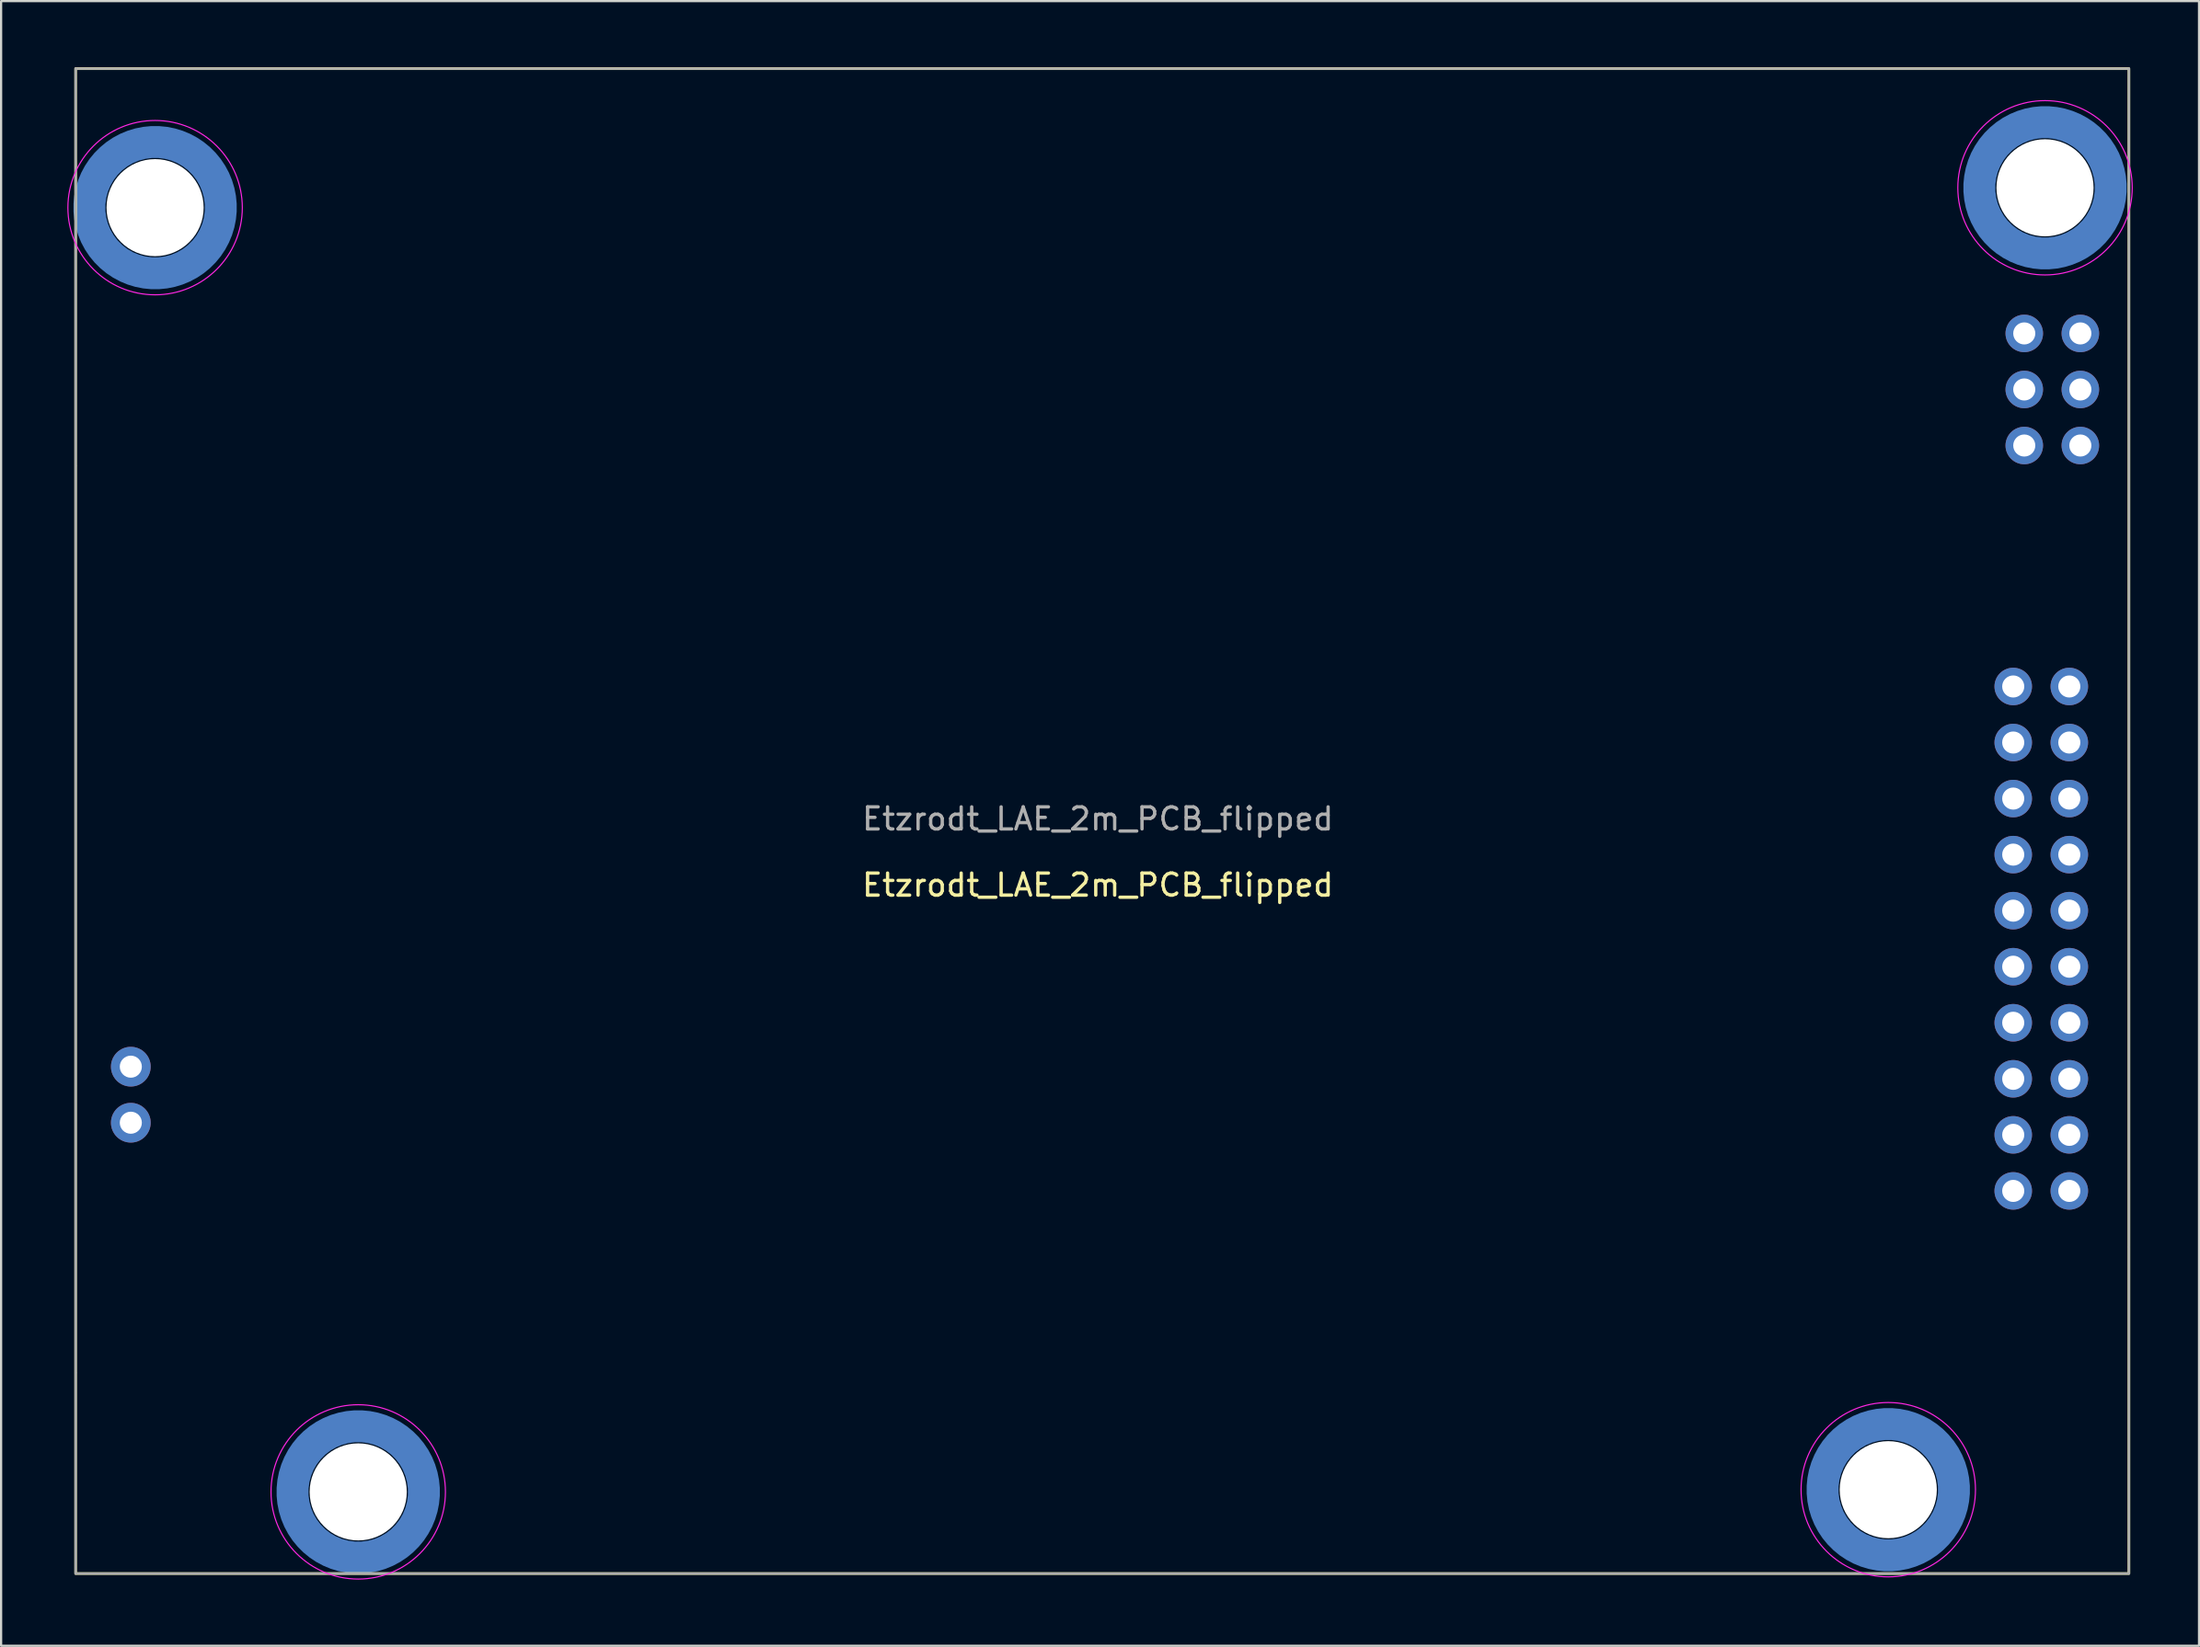
<source format=kicad_pcb>
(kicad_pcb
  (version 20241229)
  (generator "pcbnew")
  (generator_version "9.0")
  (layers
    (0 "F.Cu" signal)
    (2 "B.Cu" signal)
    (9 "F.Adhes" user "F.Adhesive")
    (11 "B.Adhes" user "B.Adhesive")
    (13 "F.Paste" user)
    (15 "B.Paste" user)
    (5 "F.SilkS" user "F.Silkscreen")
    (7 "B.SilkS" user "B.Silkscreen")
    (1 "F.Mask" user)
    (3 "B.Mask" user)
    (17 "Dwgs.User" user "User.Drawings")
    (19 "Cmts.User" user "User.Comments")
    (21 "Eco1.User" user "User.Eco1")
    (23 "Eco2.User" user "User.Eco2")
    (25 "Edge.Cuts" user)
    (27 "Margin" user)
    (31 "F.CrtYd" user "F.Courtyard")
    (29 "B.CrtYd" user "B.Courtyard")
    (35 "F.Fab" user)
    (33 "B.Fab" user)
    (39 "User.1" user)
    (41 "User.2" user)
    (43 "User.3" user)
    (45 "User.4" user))
  (footprint "Etzrodt_LAE_2m_PCB_flipped"
    (layer "F.Cu")
    (at 46.875 34.06)
    (property "Reference" "Etzrodt_LAE_2m_PCB_flipped" (at -0.2 3 0) (unlocked yes) (layer "F.SilkS") (effects (font (size 1 1) (thickness 0.15))))
    (attr through_hole)
    (fp_rect (start -46.5 -34) (end 46.5 34.2) (stroke (width 0.12) (type default)) (fill no) (layer "F.SilkS"))
    (fp_circle (center -42.9 -27.7) (end -38.95 -27.7) (stroke (width 0.05) (type solid)) (fill no) (layer "F.CrtYd"))
    (fp_circle (center -33.7 30.5) (end -29.75 30.5) (stroke (width 0.05) (type solid)) (fill no) (layer "F.CrtYd"))
    (fp_circle (center 35.6 30.4) (end 39.55 30.4) (stroke (width 0.05) (type solid)) (fill no) (layer "F.CrtYd"))
    (fp_circle (center 42.7 -28.6) (end 46.65 -28.6) (stroke (width 0.05) (type solid)) (fill no) (layer "F.CrtYd"))
    (fp_line (start -46.5 -34) (end -46.5 -16) (stroke (width 0.1) (type default)) (layer "F.Fab"))
    (fp_line (start -46.5 -34) (end 46.5 -34) (stroke (width 0.1) (type default)) (layer "F.Fab"))
    (fp_line (start -46.5 25.1) (end -46.5 -16) (stroke (width 0.1) (type default)) (layer "F.Fab"))
    (fp_line (start -46.5 25.1) (end -46.5 34.2) (stroke (width 0.1) (type default)) (layer "F.Fab"))
    (fp_line (start -46.5 34.2) (end 46.5 34.2) (stroke (width 0.1) (type default)) (layer "F.Fab"))
    (fp_line (start 46.5 19.4) (end 46.5 -34) (stroke (width 0.1) (type default)) (layer "F.Fab"))
    (fp_line (start 46.5 34.2) (end 46.5 19.4) (stroke (width 0.1) (type default)) (layer "F.Fab"))
    (fp_text user "${REFERENCE}" (at -0.2 0 0) (unlocked yes) (layer "F.Fab") (effects (font (size 1 1) (thickness 0.15))))
    (pad "" smd custom (at -44.995 -29.795 90) (size 0.945 0.945) (layers "B.Paste") (options (anchor circle)) (primitives (gr_arc (start -1.592827 -0.241886) (mid -0.404104 0.405534) (end 0.24231 1.594804) (width 0.2)) (gr_arc (start -1.591031 -0.339022) (mid -0.335987 0.338711) (end 0.3398 1.594804) (width 0.2)) (gr_arc (start -1.592231 -0.436623) (mid -0.268952 0.270807) (end 0.437132 1.594804) (width 0.2)) (gr_arc (start -1.591846 -0.53376) (mid -0.201345 0.203474) (end 0.534324 1.594804) (width 0.2)) (gr_arc (start -1.594126 -0.631267) (mid -0.134696 0.135183) (end 0.631391 1.594804) (width 0.2)) (gr_arc (start -1.594149 -0.728229) (mid -0.067234 0.067705) (end 0.728345 1.594804) (width 0.2)) (gr_arc (start -1.591408 -0.824614) (mid 0.001218 0.001219) (end 0.825197 1.594804) (width 0.2)) (gr_arc (start -1.590665 -0.921269) (mid 0.068952 -0.065985) (end 0.921958 1.594804) (width 0.2)) (gr_arc (start -1.59192 -1.018172) (mid 0.135972 -0.133906) (end 1.018637 1.594804) (width 0.2)) (gr_arc (start -1.589574 -1.11442) (mid 0.20428 -0.200537) (end 1.115239 1.594804) (width 0.2)) (gr_arc (start -1.594662 -1.211752) (mid 0.26993 -0.269828) (end 1.211773 1.594804) (width 0.2)) (gr_arc (start -1.589875 -1.307516) (mid 0.33911 -0.335587) (end 1.308244 1.594804) (width 0.2)) (gr_arc (start -1.592524 -1.404331) (mid 0.405633 -0.404004) (end 1.404657 1.594804) (width 0.2)) (gr_arc (start -1.592524 -1.404331) (mid 0.405633 -0.404004) (end 1.404657 1.594804) (width 0.2)) (gr_line (start -1.595 -1.405) (end -1.595 -0.242) (width 0.2)) (gr_line (start 1.405 1.595) (end 0.242 1.595) (width 0.2))))
    (pad "" smd custom (at -44.995 -25.605 270) (size 0.945 0.945) (layers "B.Paste") (options (anchor circle)) (primitives (gr_arc (start 0.241886 -1.592827) (mid -0.405534 -0.404104) (end -1.594804 0.24231) (width 0.2)) (gr_arc (start 0.339022 -1.591031) (mid -0.338711 -0.335987) (end -1.594804 0.3398) (width 0.2)) (gr_arc (start 0.436623 -1.592231) (mid -0.270807 -0.268952) (end -1.594804 0.437132) (width 0.2)) (gr_arc (start 0.53376 -1.591846) (mid -0.203474 -0.201345) (end -1.594804 0.534324) (width 0.2)) (gr_arc (start 0.631267 -1.594126) (mid -0.135183 -0.134696) (end -1.594804 0.631391) (width 0.2)) (gr_arc (start 0.728229 -1.594149) (mid -0.067705 -0.067234) (end -1.594804 0.728345) (width 0.2)) (gr_arc (start 0.824614 -1.591408) (mid -0.001219 0.001218) (end -1.594804 0.825197) (width 0.2)) (gr_arc (start 0.921269 -1.590665) (mid 0.065985 0.068952) (end -1.594804 0.921958) (width 0.2)) (gr_arc (start 1.018172 -1.59192) (mid 0.133906 0.135972) (end -1.594804 1.018637) (width 0.2)) (gr_arc (start 1.11442 -1.589574) (mid 0.200537 0.20428) (end -1.594804 1.115239) (width 0.2)) (gr_arc (start 1.211752 -1.594662) (mid 0.269828 0.26993) (end -1.594804 1.211773) (width 0.2)) (gr_arc (start 1.307516 -1.589875) (mid 0.335587 0.33911) (end -1.594804 1.308244) (width 0.2)) (gr_arc (start 1.404331 -1.592524) (mid 0.404004 0.405633) (end -1.594804 1.404657) (width 0.2)) (gr_arc (start 1.404331 -1.592524) (mid 0.404004 0.405633) (end -1.594804 1.404657) (width 0.2)) (gr_line (start 1.405 -1.595) (end 0.242 -1.595) (width 0.2)) (gr_line (start -1.595 1.405) (end -1.595 0.242) (width 0.2))))
    (pad "" np_thru_hole circle (at -42.9 -27.7) (size 4.4 4.4) (drill 4.4) (layers "*.Cu" "*.Mask"))
    (pad "" smd custom (at -40.805 -29.795 270) (size 0.945 0.945) (layers "B.Paste") (options (anchor circle)) (primitives (gr_arc (start -0.241886 1.592827) (mid 0.405534 0.404104) (end 1.594804 -0.24231) (width 0.2)) (gr_arc (start -0.339022 1.591031) (mid 0.338711 0.335987) (end 1.594804 -0.3398) (width 0.2)) (gr_arc (start -0.436623 1.592231) (mid 0.270807 0.268952) (end 1.594804 -0.437132) (width 0.2)) (gr_arc (start -0.53376 1.591846) (mid 0.203474 0.201345) (end 1.594804 -0.534324) (width 0.2)) (gr_arc (start -0.631267 1.594126) (mid 0.135183 0.134696) (end 1.594804 -0.631391) (width 0.2)) (gr_arc (start -0.728229 1.594149) (mid 0.067705 0.067234) (end 1.594804 -0.728345) (width 0.2)) (gr_arc (start -0.824614 1.591408) (mid 0.001219 -0.001218) (end 1.594804 -0.825197) (width 0.2)) (gr_arc (start -0.921269 1.590665) (mid -0.065985 -0.068952) (end 1.594804 -0.921958) (width 0.2)) (gr_arc (start -1.018172 1.59192) (mid -0.133906 -0.135972) (end 1.594804 -1.018637) (width 0.2)) (gr_arc (start -1.11442 1.589574) (mid -0.200537 -0.20428) (end 1.594804 -1.115239) (width 0.2)) (gr_arc (start -1.211752 1.594662) (mid -0.269828 -0.26993) (end 1.594804 -1.211773) (width 0.2)) (gr_arc (start -1.307516 1.589875) (mid -0.335587 -0.33911) (end 1.594804 -1.308244) (width 0.2)) (gr_arc (start -1.404331 1.592524) (mid -0.404004 -0.405633) (end 1.594804 -1.404657) (width 0.2)) (gr_arc (start -1.404331 1.592524) (mid -0.404004 -0.405633) (end 1.594804 -1.404657) (width 0.2)) (gr_line (start -1.405 1.595) (end -0.242 1.595) (width 0.2)) (gr_line (start 1.595 -1.405) (end 1.595 -0.242) (width 0.2))))
    (pad "" smd custom (at -40.805 -25.605 90) (size 0.945 0.945) (layers "B.Paste") (options (anchor circle)) (primitives (gr_arc (start 1.592827 0.241886) (mid 0.404104 -0.405534) (end -0.24231 -1.594804) (width 0.2)) (gr_arc (start 1.591031 0.339022) (mid 0.335987 -0.338711) (end -0.3398 -1.594804) (width 0.2)) (gr_arc (start 1.592231 0.436623) (mid 0.268952 -0.270807) (end -0.437132 -1.594804) (width 0.2)) (gr_arc (start 1.591846 0.53376) (mid 0.201345 -0.203474) (end -0.534324 -1.594804) (width 0.2)) (gr_arc (start 1.594126 0.631267) (mid 0.134696 -0.135183) (end -0.631391 -1.594804) (width 0.2)) (gr_arc (start 1.594149 0.728229) (mid 0.067234 -0.067705) (end -0.728345 -1.594804) (width 0.2)) (gr_arc (start 1.591408 0.824614) (mid -0.001218 -0.001219) (end -0.825197 -1.594804) (width 0.2)) (gr_arc (start 1.590665 0.921269) (mid -0.068952 0.065985) (end -0.921958 -1.594804) (width 0.2)) (gr_arc (start 1.59192 1.018172) (mid -0.135972 0.133906) (end -1.018637 -1.594804) (width 0.2)) (gr_arc (start 1.589574 1.11442) (mid -0.20428 0.200537) (end -1.115239 -1.594804) (width 0.2)) (gr_arc (start 1.594662 1.211752) (mid -0.26993 0.269828) (end -1.211773 -1.594804) (width 0.2)) (gr_arc (start 1.589875 1.307516) (mid -0.33911 0.335587) (end -1.308244 -1.594804) (width 0.2)) (gr_arc (start 1.592524 1.404331) (mid -0.405633 0.404004) (end -1.404657 -1.594804) (width 0.2)) (gr_arc (start 1.592524 1.404331) (mid -0.405633 0.404004) (end -1.404657 -1.594804) (width 0.2)) (gr_line (start 1.595 1.405) (end 1.595 0.242) (width 0.2)) (gr_line (start -1.405 -1.595) (end -0.242 -1.595) (width 0.2))))
    (pad "" smd custom (at -35.795 28.405 90) (size 0.945 0.945) (layers "B.Paste") (options (anchor circle)) (primitives (gr_arc (start -1.592827 -0.241886) (mid -0.404104 0.405534) (end 0.24231 1.594804) (width 0.2)) (gr_arc (start -1.591031 -0.339022) (mid -0.335987 0.338711) (end 0.3398 1.594804) (width 0.2)) (gr_arc (start -1.592231 -0.436623) (mid -0.268952 0.270807) (end 0.437132 1.594804) (width 0.2)) (gr_arc (start -1.591846 -0.53376) (mid -0.201345 0.203474) (end 0.534324 1.594804) (width 0.2)) (gr_arc (start -1.594126 -0.631267) (mid -0.134696 0.135183) (end 0.631391 1.594804) (width 0.2)) (gr_arc (start -1.594149 -0.728229) (mid -0.067234 0.067705) (end 0.728345 1.594804) (width 0.2)) (gr_arc (start -1.591408 -0.824614) (mid 0.001218 0.001219) (end 0.825197 1.594804) (width 0.2)) (gr_arc (start -1.590665 -0.921269) (mid 0.068952 -0.065985) (end 0.921958 1.594804) (width 0.2)) (gr_arc (start -1.59192 -1.018172) (mid 0.135972 -0.133906) (end 1.018637 1.594804) (width 0.2)) (gr_arc (start -1.589574 -1.11442) (mid 0.20428 -0.200537) (end 1.115239 1.594804) (width 0.2)) (gr_arc (start -1.594662 -1.211752) (mid 0.26993 -0.269828) (end 1.211773 1.594804) (width 0.2)) (gr_arc (start -1.589875 -1.307516) (mid 0.33911 -0.335587) (end 1.308244 1.594804) (width 0.2)) (gr_arc (start -1.592524 -1.404331) (mid 0.405633 -0.404004) (end 1.404657 1.594804) (width 0.2)) (gr_arc (start -1.592524 -1.404331) (mid 0.405633 -0.404004) (end 1.404657 1.594804) (width 0.2)) (gr_line (start -1.595 -1.405) (end -1.595 -0.242) (width 0.2)) (gr_line (start 1.405 1.595) (end 0.242 1.595) (width 0.2))))
    (pad "" smd custom (at -35.795 32.595 270) (size 0.945 0.945) (layers "B.Paste") (options (anchor circle)) (primitives (gr_arc (start 0.241886 -1.592827) (mid -0.405534 -0.404104) (end -1.594804 0.24231) (width 0.2)) (gr_arc (start 0.339022 -1.591031) (mid -0.338711 -0.335987) (end -1.594804 0.3398) (width 0.2)) (gr_arc (start 0.436623 -1.592231) (mid -0.270807 -0.268952) (end -1.594804 0.437132) (width 0.2)) (gr_arc (start 0.53376 -1.591846) (mid -0.203474 -0.201345) (end -1.594804 0.534324) (width 0.2)) (gr_arc (start 0.631267 -1.594126) (mid -0.135183 -0.134696) (end -1.594804 0.631391) (width 0.2)) (gr_arc (start 0.728229 -1.594149) (mid -0.067705 -0.067234) (end -1.594804 0.728345) (width 0.2)) (gr_arc (start 0.824614 -1.591408) (mid -0.001219 0.001218) (end -1.594804 0.825197) (width 0.2)) (gr_arc (start 0.921269 -1.590665) (mid 0.065985 0.068952) (end -1.594804 0.921958) (width 0.2)) (gr_arc (start 1.018172 -1.59192) (mid 0.133906 0.135972) (end -1.594804 1.018637) (width 0.2)) (gr_arc (start 1.11442 -1.589574) (mid 0.200537 0.20428) (end -1.594804 1.115239) (width 0.2)) (gr_arc (start 1.211752 -1.594662) (mid 0.269828 0.26993) (end -1.594804 1.211773) (width 0.2)) (gr_arc (start 1.307516 -1.589875) (mid 0.335587 0.33911) (end -1.594804 1.308244) (width 0.2)) (gr_arc (start 1.404331 -1.592524) (mid 0.404004 0.405633) (end -1.594804 1.404657) (width 0.2)) (gr_arc (start 1.404331 -1.592524) (mid 0.404004 0.405633) (end -1.594804 1.404657) (width 0.2)) (gr_line (start 1.405 -1.595) (end 0.242 -1.595) (width 0.2)) (gr_line (start -1.595 1.405) (end -1.595 0.242) (width 0.2))))
    (pad "" np_thru_hole circle (at -33.7 30.5) (size 4.4 4.4) (drill 4.4) (layers "*.Cu" "*.Mask"))
    (pad "" smd custom (at -31.605 28.405 270) (size 0.945 0.945) (layers "B.Paste") (options (anchor circle)) (primitives (gr_arc (start -0.241886 1.592827) (mid 0.405534 0.404104) (end 1.594804 -0.24231) (width 0.2)) (gr_arc (start -0.339022 1.591031) (mid 0.338711 0.335987) (end 1.594804 -0.3398) (width 0.2)) (gr_arc (start -0.436623 1.592231) (mid 0.270807 0.268952) (end 1.594804 -0.437132) (width 0.2)) (gr_arc (start -0.53376 1.591846) (mid 0.203474 0.201345) (end 1.594804 -0.534324) (width 0.2)) (gr_arc (start -0.631267 1.594126) (mid 0.135183 0.134696) (end 1.594804 -0.631391) (width 0.2)) (gr_arc (start -0.728229 1.594149) (mid 0.067705 0.067234) (end 1.594804 -0.728345) (width 0.2)) (gr_arc (start -0.824614 1.591408) (mid 0.001219 -0.001218) (end 1.594804 -0.825197) (width 0.2)) (gr_arc (start -0.921269 1.590665) (mid -0.065985 -0.068952) (end 1.594804 -0.921958) (width 0.2)) (gr_arc (start -1.018172 1.59192) (mid -0.133906 -0.135972) (end 1.594804 -1.018637) (width 0.2)) (gr_arc (start -1.11442 1.589574) (mid -0.200537 -0.20428) (end 1.594804 -1.115239) (width 0.2)) (gr_arc (start -1.211752 1.594662) (mid -0.269828 -0.26993) (end 1.594804 -1.211773) (width 0.2)) (gr_arc (start -1.307516 1.589875) (mid -0.335587 -0.33911) (end 1.594804 -1.308244) (width 0.2)) (gr_arc (start -1.404331 1.592524) (mid -0.404004 -0.405633) (end 1.594804 -1.404657) (width 0.2)) (gr_arc (start -1.404331 1.592524) (mid -0.404004 -0.405633) (end 1.594804 -1.404657) (width 0.2)) (gr_line (start -1.405 1.595) (end -0.242 1.595) (width 0.2)) (gr_line (start 1.595 -1.405) (end 1.595 -0.242) (width 0.2))))
    (pad "" smd custom (at -31.605 32.595 90) (size 0.945 0.945) (layers "B.Paste") (options (anchor circle)) (primitives (gr_arc (start 1.592827 0.241886) (mid 0.404104 -0.405534) (end -0.24231 -1.594804) (width 0.2)) (gr_arc (start 1.591031 0.339022) (mid 0.335987 -0.338711) (end -0.3398 -1.594804) (width 0.2)) (gr_arc (start 1.592231 0.436623) (mid 0.268952 -0.270807) (end -0.437132 -1.594804) (width 0.2)) (gr_arc (start 1.591846 0.53376) (mid 0.201345 -0.203474) (end -0.534324 -1.594804) (width 0.2)) (gr_arc (start 1.594126 0.631267) (mid 0.134696 -0.135183) (end -0.631391 -1.594804) (width 0.2)) (gr_arc (start 1.594149 0.728229) (mid 0.067234 -0.067705) (end -0.728345 -1.594804) (width 0.2)) (gr_arc (start 1.591408 0.824614) (mid -0.001218 -0.001219) (end -0.825197 -1.594804) (width 0.2)) (gr_arc (start 1.590665 0.921269) (mid -0.068952 0.065985) (end -0.921958 -1.594804) (width 0.2)) (gr_arc (start 1.59192 1.018172) (mid -0.135972 0.133906) (end -1.018637 -1.594804) (width 0.2)) (gr_arc (start 1.589574 1.11442) (mid -0.20428 0.200537) (end -1.115239 -1.594804) (width 0.2)) (gr_arc (start 1.594662 1.211752) (mid -0.26993 0.269828) (end -1.211773 -1.594804) (width 0.2)) (gr_arc (start 1.589875 1.307516) (mid -0.33911 0.335587) (end -1.308244 -1.594804) (width 0.2)) (gr_arc (start 1.592524 1.404331) (mid -0.405633 0.404004) (end -1.404657 -1.594804) (width 0.2)) (gr_arc (start 1.592524 1.404331) (mid -0.405633 0.404004) (end -1.404657 -1.594804) (width 0.2)) (gr_line (start 1.595 1.405) (end 1.595 0.242) (width 0.2)) (gr_line (start -1.405 -1.595) (end -0.242 -1.595) (width 0.2))))
    (pad "" smd custom (at 33.505 28.305 90) (size 0.945 0.945) (layers "B.Paste") (options (anchor circle)) (primitives (gr_arc (start -1.592827 -0.241886) (mid -0.404104 0.405534) (end 0.24231 1.594804) (width 0.2)) (gr_arc (start -1.591031 -0.339022) (mid -0.335987 0.338711) (end 0.3398 1.594804) (width 0.2)) (gr_arc (start -1.592231 -0.436623) (mid -0.268952 0.270807) (end 0.437132 1.594804) (width 0.2)) (gr_arc (start -1.591846 -0.53376) (mid -0.201345 0.203474) (end 0.534324 1.594804) (width 0.2)) (gr_arc (start -1.594126 -0.631267) (mid -0.134696 0.135183) (end 0.631391 1.594804) (width 0.2)) (gr_arc (start -1.594149 -0.728229) (mid -0.067234 0.067705) (end 0.728345 1.594804) (width 0.2)) (gr_arc (start -1.591408 -0.824614) (mid 0.001218 0.001219) (end 0.825197 1.594804) (width 0.2)) (gr_arc (start -1.590665 -0.921269) (mid 0.068952 -0.065985) (end 0.921958 1.594804) (width 0.2)) (gr_arc (start -1.59192 -1.018172) (mid 0.135972 -0.133906) (end 1.018637 1.594804) (width 0.2)) (gr_arc (start -1.589574 -1.11442) (mid 0.20428 -0.200537) (end 1.115239 1.594804) (width 0.2)) (gr_arc (start -1.594662 -1.211752) (mid 0.26993 -0.269828) (end 1.211773 1.594804) (width 0.2)) (gr_arc (start -1.589875 -1.307516) (mid 0.33911 -0.335587) (end 1.308244 1.594804) (width 0.2)) (gr_arc (start -1.592524 -1.404331) (mid 0.405633 -0.404004) (end 1.404657 1.594804) (width 0.2)) (gr_arc (start -1.592524 -1.404331) (mid 0.405633 -0.404004) (end 1.404657 1.594804) (width 0.2)) (gr_line (start -1.595 -1.405) (end -1.595 -0.242) (width 0.2)) (gr_line (start 1.405 1.595) (end 0.242 1.595) (width 0.2))))
    (pad "" smd custom (at 33.505 32.495 270) (size 0.945 0.945) (layers "B.Paste") (options (anchor circle)) (primitives (gr_arc (start 0.241886 -1.592827) (mid -0.405534 -0.404104) (end -1.594804 0.24231) (width 0.2)) (gr_arc (start 0.339022 -1.591031) (mid -0.338711 -0.335987) (end -1.594804 0.3398) (width 0.2)) (gr_arc (start 0.436623 -1.592231) (mid -0.270807 -0.268952) (end -1.594804 0.437132) (width 0.2)) (gr_arc (start 0.53376 -1.591846) (mid -0.203474 -0.201345) (end -1.594804 0.534324) (width 0.2)) (gr_arc (start 0.631267 -1.594126) (mid -0.135183 -0.134696) (end -1.594804 0.631391) (width 0.2)) (gr_arc (start 0.728229 -1.594149) (mid -0.067705 -0.067234) (end -1.594804 0.728345) (width 0.2)) (gr_arc (start 0.824614 -1.591408) (mid -0.001219 0.001218) (end -1.594804 0.825197) (width 0.2)) (gr_arc (start 0.921269 -1.590665) (mid 0.065985 0.068952) (end -1.594804 0.921958) (width 0.2)) (gr_arc (start 1.018172 -1.59192) (mid 0.133906 0.135972) (end -1.594804 1.018637) (width 0.2)) (gr_arc (start 1.11442 -1.589574) (mid 0.200537 0.20428) (end -1.594804 1.115239) (width 0.2)) (gr_arc (start 1.211752 -1.594662) (mid 0.269828 0.26993) (end -1.594804 1.211773) (width 0.2)) (gr_arc (start 1.307516 -1.589875) (mid 0.335587 0.33911) (end -1.594804 1.308244) (width 0.2)) (gr_arc (start 1.404331 -1.592524) (mid 0.404004 0.405633) (end -1.594804 1.404657) (width 0.2)) (gr_arc (start 1.404331 -1.592524) (mid 0.404004 0.405633) (end -1.594804 1.404657) (width 0.2)) (gr_line (start 1.405 -1.595) (end 0.242 -1.595) (width 0.2)) (gr_line (start -1.595 1.405) (end -1.595 0.242) (width 0.2))))
    (pad "" np_thru_hole circle (at 35.6 30.4) (size 4.4 4.4) (drill 4.4) (layers "*.Cu" "*.Mask"))
    (pad "" smd custom (at 37.695 28.305 270) (size 0.945 0.945) (layers "B.Paste") (options (anchor circle)) (primitives (gr_arc (start -0.241886 1.592827) (mid 0.405534 0.404104) (end 1.594804 -0.24231) (width 0.2)) (gr_arc (start -0.339022 1.591031) (mid 0.338711 0.335987) (end 1.594804 -0.3398) (width 0.2)) (gr_arc (start -0.436623 1.592231) (mid 0.270807 0.268952) (end 1.594804 -0.437132) (width 0.2)) (gr_arc (start -0.53376 1.591846) (mid 0.203474 0.201345) (end 1.594804 -0.534324) (width 0.2)) (gr_arc (start -0.631267 1.594126) (mid 0.135183 0.134696) (end 1.594804 -0.631391) (width 0.2)) (gr_arc (start -0.728229 1.594149) (mid 0.067705 0.067234) (end 1.594804 -0.728345) (width 0.2)) (gr_arc (start -0.824614 1.591408) (mid 0.001219 -0.001218) (end 1.594804 -0.825197) (width 0.2)) (gr_arc (start -0.921269 1.590665) (mid -0.065985 -0.068952) (end 1.594804 -0.921958) (width 0.2)) (gr_arc (start -1.018172 1.59192) (mid -0.133906 -0.135972) (end 1.594804 -1.018637) (width 0.2)) (gr_arc (start -1.11442 1.589574) (mid -0.200537 -0.20428) (end 1.594804 -1.115239) (width 0.2)) (gr_arc (start -1.211752 1.594662) (mid -0.269828 -0.26993) (end 1.594804 -1.211773) (width 0.2)) (gr_arc (start -1.307516 1.589875) (mid -0.335587 -0.33911) (end 1.594804 -1.308244) (width 0.2)) (gr_arc (start -1.404331 1.592524) (mid -0.404004 -0.405633) (end 1.594804 -1.404657) (width 0.2)) (gr_arc (start -1.404331 1.592524) (mid -0.404004 -0.405633) (end 1.594804 -1.404657) (width 0.2)) (gr_line (start -1.405 1.595) (end -0.242 1.595) (width 0.2)) (gr_line (start 1.595 -1.405) (end 1.595 -0.242) (width 0.2))))
    (pad "" smd custom (at 37.695 32.495 90) (size 0.945 0.945) (layers "B.Paste") (options (anchor circle)) (primitives (gr_arc (start 1.592827 0.241886) (mid 0.404104 -0.405534) (end -0.24231 -1.594804) (width 0.2)) (gr_arc (start 1.591031 0.339022) (mid 0.335987 -0.338711) (end -0.3398 -1.594804) (width 0.2)) (gr_arc (start 1.592231 0.436623) (mid 0.268952 -0.270807) (end -0.437132 -1.594804) (width 0.2)) (gr_arc (start 1.591846 0.53376) (mid 0.201345 -0.203474) (end -0.534324 -1.594804) (width 0.2)) (gr_arc (start 1.594126 0.631267) (mid 0.134696 -0.135183) (end -0.631391 -1.594804) (width 0.2)) (gr_arc (start 1.594149 0.728229) (mid 0.067234 -0.067705) (end -0.728345 -1.594804) (width 0.2)) (gr_arc (start 1.591408 0.824614) (mid -0.001218 -0.001219) (end -0.825197 -1.594804) (width 0.2)) (gr_arc (start 1.590665 0.921269) (mid -0.068952 0.065985) (end -0.921958 -1.594804) (width 0.2)) (gr_arc (start 1.59192 1.018172) (mid -0.135972 0.133906) (end -1.018637 -1.594804) (width 0.2)) (gr_arc (start 1.589574 1.11442) (mid -0.20428 0.200537) (end -1.115239 -1.594804) (width 0.2)) (gr_arc (start 1.594662 1.211752) (mid -0.26993 0.269828) (end -1.211773 -1.594804) (width 0.2)) (gr_arc (start 1.589875 1.307516) (mid -0.33911 0.335587) (end -1.308244 -1.594804) (width 0.2)) (gr_arc (start 1.592524 1.404331) (mid -0.405633 0.404004) (end -1.404657 -1.594804) (width 0.2)) (gr_arc (start 1.592524 1.404331) (mid -0.405633 0.404004) (end -1.404657 -1.594804) (width 0.2)) (gr_line (start 1.595 1.405) (end 1.595 0.242) (width 0.2)) (gr_line (start -1.405 -1.595) (end -0.242 -1.595) (width 0.2))))
    (pad "" smd custom (at 40.605 -30.695 90) (size 0.945 0.945) (layers "B.Paste") (options (anchor circle)) (primitives (gr_arc (start -1.592827 -0.241886) (mid -0.404104 0.405534) (end 0.24231 1.594804) (width 0.2)) (gr_arc (start -1.591031 -0.339022) (mid -0.335987 0.338711) (end 0.3398 1.594804) (width 0.2)) (gr_arc (start -1.592231 -0.436623) (mid -0.268952 0.270807) (end 0.437132 1.594804) (width 0.2)) (gr_arc (start -1.591846 -0.53376) (mid -0.201345 0.203474) (end 0.534324 1.594804) (width 0.2)) (gr_arc (start -1.594126 -0.631267) (mid -0.134696 0.135183) (end 0.631391 1.594804) (width 0.2)) (gr_arc (start -1.594149 -0.728229) (mid -0.067234 0.067705) (end 0.728345 1.594804) (width 0.2)) (gr_arc (start -1.591408 -0.824614) (mid 0.001218 0.001219) (end 0.825197 1.594804) (width 0.2)) (gr_arc (start -1.590665 -0.921269) (mid 0.068952 -0.065985) (end 0.921958 1.594804) (width 0.2)) (gr_arc (start -1.59192 -1.018172) (mid 0.135972 -0.133906) (end 1.018637 1.594804) (width 0.2)) (gr_arc (start -1.589574 -1.11442) (mid 0.20428 -0.200537) (end 1.115239 1.594804) (width 0.2)) (gr_arc (start -1.594662 -1.211752) (mid 0.26993 -0.269828) (end 1.211773 1.594804) (width 0.2)) (gr_arc (start -1.589875 -1.307516) (mid 0.33911 -0.335587) (end 1.308244 1.594804) (width 0.2)) (gr_arc (start -1.592524 -1.404331) (mid 0.405633 -0.404004) (end 1.404657 1.594804) (width 0.2)) (gr_arc (start -1.592524 -1.404331) (mid 0.405633 -0.404004) (end 1.404657 1.594804) (width 0.2)) (gr_line (start -1.595 -1.405) (end -1.595 -0.242) (width 0.2)) (gr_line (start 1.405 1.595) (end 0.242 1.595) (width 0.2))))
    (pad "" smd custom (at 40.605 -26.505 270) (size 0.945 0.945) (layers "B.Paste") (options (anchor circle)) (primitives (gr_arc (start 0.241886 -1.592827) (mid -0.405534 -0.404104) (end -1.594804 0.24231) (width 0.2)) (gr_arc (start 0.339022 -1.591031) (mid -0.338711 -0.335987) (end -1.594804 0.3398) (width 0.2)) (gr_arc (start 0.436623 -1.592231) (mid -0.270807 -0.268952) (end -1.594804 0.437132) (width 0.2)) (gr_arc (start 0.53376 -1.591846) (mid -0.203474 -0.201345) (end -1.594804 0.534324) (width 0.2)) (gr_arc (start 0.631267 -1.594126) (mid -0.135183 -0.134696) (end -1.594804 0.631391) (width 0.2)) (gr_arc (start 0.728229 -1.594149) (mid -0.067705 -0.067234) (end -1.594804 0.728345) (width 0.2)) (gr_arc (start 0.824614 -1.591408) (mid -0.001219 0.001218) (end -1.594804 0.825197) (width 0.2)) (gr_arc (start 0.921269 -1.590665) (mid 0.065985 0.068952) (end -1.594804 0.921958) (width 0.2)) (gr_arc (start 1.018172 -1.59192) (mid 0.133906 0.135972) (end -1.594804 1.018637) (width 0.2)) (gr_arc (start 1.11442 -1.589574) (mid 0.200537 0.20428) (end -1.594804 1.115239) (width 0.2)) (gr_arc (start 1.211752 -1.594662) (mid 0.269828 0.26993) (end -1.594804 1.211773) (width 0.2)) (gr_arc (start 1.307516 -1.589875) (mid 0.335587 0.33911) (end -1.594804 1.308244) (width 0.2)) (gr_arc (start 1.404331 -1.592524) (mid 0.404004 0.405633) (end -1.594804 1.404657) (width 0.2)) (gr_arc (start 1.404331 -1.592524) (mid 0.404004 0.405633) (end -1.594804 1.404657) (width 0.2)) (gr_line (start 1.405 -1.595) (end 0.242 -1.595) (width 0.2)) (gr_line (start -1.595 1.405) (end -1.595 0.242) (width 0.2))))
    (pad "" np_thru_hole circle (at 42.7 -28.6) (size 4.4 4.4) (drill 4.4) (layers "*.Cu" "*.Mask"))
    (pad "" smd custom (at 44.795 -30.695 270) (size 0.945 0.945) (layers "B.Paste") (options (anchor circle)) (primitives (gr_arc (start -0.241886 1.592827) (mid 0.405534 0.404104) (end 1.594804 -0.24231) (width 0.2)) (gr_arc (start -0.339022 1.591031) (mid 0.338711 0.335987) (end 1.594804 -0.3398) (width 0.2)) (gr_arc (start -0.436623 1.592231) (mid 0.270807 0.268952) (end 1.594804 -0.437132) (width 0.2)) (gr_arc (start -0.53376 1.591846) (mid 0.203474 0.201345) (end 1.594804 -0.534324) (width 0.2)) (gr_arc (start -0.631267 1.594126) (mid 0.135183 0.134696) (end 1.594804 -0.631391) (width 0.2)) (gr_arc (start -0.728229 1.594149) (mid 0.067705 0.067234) (end 1.594804 -0.728345) (width 0.2)) (gr_arc (start -0.824614 1.591408) (mid 0.001219 -0.001218) (end 1.594804 -0.825197) (width 0.2)) (gr_arc (start -0.921269 1.590665) (mid -0.065985 -0.068952) (end 1.594804 -0.921958) (width 0.2)) (gr_arc (start -1.018172 1.59192) (mid -0.133906 -0.135972) (end 1.594804 -1.018637) (width 0.2)) (gr_arc (start -1.11442 1.589574) (mid -0.200537 -0.20428) (end 1.594804 -1.115239) (width 0.2)) (gr_arc (start -1.211752 1.594662) (mid -0.269828 -0.26993) (end 1.594804 -1.211773) (width 0.2)) (gr_arc (start -1.307516 1.589875) (mid -0.335587 -0.33911) (end 1.594804 -1.308244) (width 0.2)) (gr_arc (start -1.404331 1.592524) (mid -0.404004 -0.405633) (end 1.594804 -1.404657) (width 0.2)) (gr_arc (start -1.404331 1.592524) (mid -0.404004 -0.405633) (end 1.594804 -1.404657) (width 0.2)) (gr_line (start -1.405 1.595) (end -0.242 1.595) (width 0.2)) (gr_line (start 1.595 -1.405) (end 1.595 -0.242) (width 0.2))))
    (pad "" smd custom (at 44.795 -26.505 90) (size 0.945 0.945) (layers "B.Paste") (options (anchor circle)) (primitives (gr_arc (start 1.592827 0.241886) (mid 0.404104 -0.405534) (end -0.24231 -1.594804) (width 0.2)) (gr_arc (start 1.591031 0.339022) (mid 0.335987 -0.338711) (end -0.3398 -1.594804) (width 0.2)) (gr_arc (start 1.592231 0.436623) (mid 0.268952 -0.270807) (end -0.437132 -1.594804) (width 0.2)) (gr_arc (start 1.591846 0.53376) (mid 0.201345 -0.203474) (end -0.534324 -1.594804) (width 0.2)) (gr_arc (start 1.594126 0.631267) (mid 0.134696 -0.135183) (end -0.631391 -1.594804) (width 0.2)) (gr_arc (start 1.594149 0.728229) (mid 0.067234 -0.067705) (end -0.728345 -1.594804) (width 0.2)) (gr_arc (start 1.591408 0.824614) (mid -0.001218 -0.001219) (end -0.825197 -1.594804) (width 0.2)) (gr_arc (start 1.590665 0.921269) (mid -0.068952 0.065985) (end -0.921958 -1.594804) (width 0.2)) (gr_arc (start 1.59192 1.018172) (mid -0.135972 0.133906) (end -1.018637 -1.594804) (width 0.2)) (gr_arc (start 1.589574 1.11442) (mid -0.20428 0.200537) (end -1.115239 -1.594804) (width 0.2)) (gr_arc (start 1.594662 1.211752) (mid -0.26993 0.269828) (end -1.211773 -1.594804) (width 0.2)) (gr_arc (start 1.589875 1.307516) (mid -0.33911 0.335587) (end -1.308244 -1.594804) (width 0.2)) (gr_arc (start 1.592524 1.404331) (mid -0.405633 0.404004) (end -1.404657 -1.594804) (width 0.2)) (gr_arc (start 1.592524 1.404331) (mid -0.405633 0.404004) (end -1.404657 -1.594804) (width 0.2)) (gr_line (start 1.595 1.405) (end 1.595 0.242) (width 0.2)) (gr_line (start -1.405 -1.595) (end -0.242 -1.595) (width 0.2))))
    (pad "A1" thru_hole circle (at -44 13.77) (size 1.8 1.8) (drill 1) (layers "*.Cu" "*.Mask"))
    (pad "A2" thru_hole circle (at -44 11.23) (size 1.8 1.8) (drill 1) (layers "*.Cu" "*.Mask"))
    (pad "NF1" thru_hole circle (at 44.3 -22) (size 1.7 1.7) (drill 1) (layers "*.Cu" "*.Mask"))
    (pad "NF2" thru_hole circle (at 41.76 -22) (size 1.7 1.7) (drill 1) (layers "*.Cu" "*.Mask"))
    (pad "NF3" thru_hole circle (at 44.3 -19.46) (size 1.7 1.7) (drill 1) (layers "*.Cu" "*.Mask"))
    (pad "NF4" thru_hole circle (at 41.76 -19.46) (size 1.7 1.7) (drill 1) (layers "*.Cu" "*.Mask"))
    (pad "NF5" thru_hole circle (at 44.3 -16.92) (size 1.7 1.7) (drill 1) (layers "*.Cu" "*.Mask"))
    (pad "NF6" thru_hole circle (at 41.76 -16.92) (size 1.7 1.7) (drill 1) (layers "*.Cu" "*.Mask"))
    (pad "S" smd custom (at -39.925 -27.7 180) (size 1.05 1.05) (layers "B.Cu" "B.Mask") (options (anchor circle)) (primitives (gr_circle (center 2.975 0) (end 5.95 0) (width 1.45) (fill no))))
    (pad "S" smd custom (at -30.725 30.5 180) (size 1.05 1.05) (layers "B.Cu" "B.Mask") (options (anchor circle)) (primitives (gr_circle (center 2.975 0) (end 0 0) (width 1.45) (fill no))))
    (pad "S" smd custom (at 38.575 30.4 180) (size 1.05 1.05) (layers "B.Cu" "B.Mask") (options (anchor circle)) (primitives (gr_circle (center 2.975 0) (end 5.95 0) (width 1.45) (fill no))))
    (pad "S" smd custom (at 45.675 -28.6 180) (size 1.05 1.05) (layers "B.Cu" "B.Mask") (options (anchor circle)) (primitives (gr_circle (center 2.975 0) (end 5.95 0) (width 1.45) (fill no))))
    (pad "S1" thru_hole circle (at 43.8 -6) (size 1.7 1.7) (drill 1) (layers "*.Cu" "*.Mask"))
    (pad "S2" thru_hole circle (at 41.26 -6) (size 1.7 1.7) (drill 1) (layers "*.Cu" "*.Mask"))
    (pad "S3" thru_hole circle (at 43.8 -3.46) (size 1.7 1.7) (drill 1) (layers "*.Cu" "*.Mask"))
    (pad "S4" thru_hole circle (at 41.26 -3.46) (size 1.7 1.7) (drill 1) (layers "*.Cu" "*.Mask"))
    (pad "S5" thru_hole circle (at 43.8 -0.92) (size 1.7 1.7) (drill 1) (layers "*.Cu" "*.Mask"))
    (pad "S6" thru_hole circle (at 41.26 -0.92) (size 1.7 1.7) (drill 1) (layers "*.Cu" "*.Mask"))
    (pad "S7" thru_hole circle (at 43.8 1.62) (size 1.7 1.7) (drill 1) (layers "*.Cu" "*.Mask"))
    (pad "S8" thru_hole circle (at 41.26 1.62) (size 1.7 1.7) (drill 1) (layers "*.Cu" "*.Mask"))
    (pad "S9" thru_hole circle (at 43.8 4.16) (size 1.7 1.7) (drill 1) (layers "*.Cu" "*.Mask"))
    (pad "S10" thru_hole circle (at 41.26 4.16) (size 1.7 1.7) (drill 1) (layers "*.Cu" "*.Mask"))
    (pad "S11" thru_hole circle (at 43.8 6.7) (size 1.7 1.7) (drill 1) (layers "*.Cu" "*.Mask"))
    (pad "S12" thru_hole circle (at 41.26 6.7) (size 1.7 1.7) (drill 1) (layers "*.Cu" "*.Mask"))
    (pad "S13" thru_hole circle (at 43.8 9.24) (size 1.7 1.7) (drill 1) (layers "*.Cu" "*.Mask"))
    (pad "S14" thru_hole circle (at 41.26 9.24) (size 1.7 1.7) (drill 1) (layers "*.Cu" "*.Mask"))
    (pad "S15" thru_hole circle (at 43.8 11.78) (size 1.7 1.7) (drill 1) (layers "*.Cu" "*.Mask"))
    (pad "S16" thru_hole circle (at 41.26 11.78) (size 1.7 1.7) (drill 1) (layers "*.Cu" "*.Mask"))
    (pad "S17" thru_hole circle (at 43.8 14.32) (size 1.7 1.7) (drill 1) (layers "*.Cu" "*.Mask"))
    (pad "S18" thru_hole circle (at 41.26 14.32) (size 1.7 1.7) (drill 1) (layers "*.Cu" "*.Mask"))
    (pad "S19" thru_hole circle (at 43.8 16.86) (size 1.7 1.7) (drill 1) (layers "*.Cu" "*.Mask"))
    (pad "S20" thru_hole circle (at 41.26 16.86) (size 1.7 1.7) (drill 1) (layers "*.Cu" "*.Mask")))
  (gr_rect
    (start -3 -3)
    (end 96.55 71.535)
    (stroke (width 0.1) (type default))
    (fill no)
    (layer "Edge.Cuts")))
</source>
